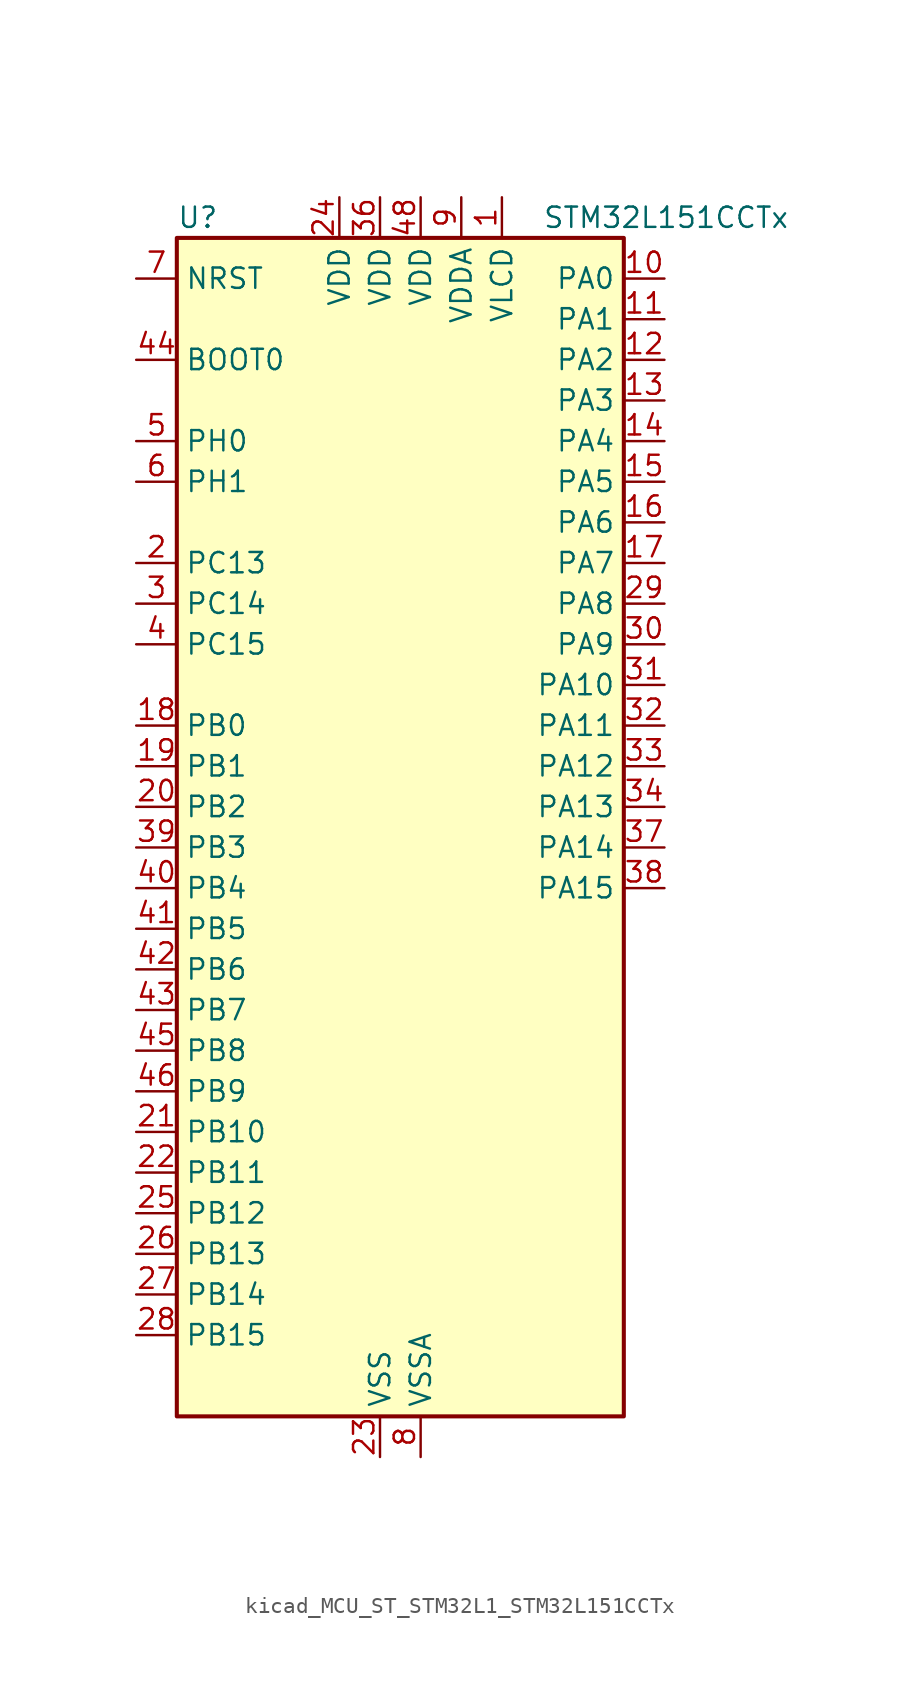
<source format=kicad_sym>
(kicad_symbol_lib
  (version 20220914)
  (generator kicad_symbol_editor)
  (symbol "kicad_MCU_ST_STM32L1_STM32L151CCTx"
    (property "Reference" "U"
      (at -12.7 39.37 0)
      (effects (font (size 1.27 1.27)) (justify left)))
    (property "Value" "STM32L151CCTx"
      (at 10.16 39.37 0)
      (effects (font (size 1.27 1.27)) (justify left)))
    (property "ki_locked" ""
      (at 0 0 0)
      (effects (font (size 1.27 1.27))))
    (symbol "kicad_MCU_ST_STM32L1_STM32L151CCTx_0_1"
      (rectangle (start -12.7 -35.56) (end 15.24 38.1) (stroke (width 0.254) (type default)) (fill (type background))))
    (symbol "kicad_MCU_ST_STM32L1_STM32L151CCTx_1_1"
      (pin power_in line (at 7.62 40.64 270) (length 2.54) (name "VLCD" (effects (font (size 1.27 1.27)))) (number "1" (effects (font (size 1.27 1.27)))))
      (pin bidirectional line (at 17.78 35.56 180) (length 2.54) (name "PA0" (effects (font (size 1.27 1.27)))) (number "10" (effects (font (size 1.27 1.27)))) (alternate "ADC_IN0" bidirectional line) (alternate "COMP1_INP" bidirectional line) (alternate "RTC_TAMP2" bidirectional line) (alternate "SYS_WKUP1" bidirectional line) (alternate "TIM2_CH1" bidirectional line) (alternate "TIM2_ETR" bidirectional line) (alternate "TIM5_CH1" bidirectional line) (alternate "TIMX_IC1" bidirectional line) (alternate "TS_G1_IO1" bidirectional line) (alternate "USART2_CTS" bidirectional line))
      (pin bidirectional line (at 17.78 33.02 180) (length 2.54) (name "PA1" (effects (font (size 1.27 1.27)))) (number "11" (effects (font (size 1.27 1.27)))) (alternate "ADC_IN1" bidirectional line) (alternate "COMP1_INP" bidirectional line) (alternate "OPAMP1_VINP" bidirectional line) (alternate "TIM2_CH2" bidirectional line) (alternate "TIM5_CH2" bidirectional line) (alternate "TIMX_IC2" bidirectional line) (alternate "TS_G1_IO2" bidirectional line) (alternate "USART2_RTS" bidirectional line))
      (pin bidirectional line (at 17.78 30.48 180) (length 2.54) (name "PA2" (effects (font (size 1.27 1.27)))) (number "12" (effects (font (size 1.27 1.27)))) (alternate "ADC_IN2" bidirectional line) (alternate "COMP1_INP" bidirectional line) (alternate "OPAMP1_VINM" bidirectional line) (alternate "TIM2_CH3" bidirectional line) (alternate "TIM5_CH3" bidirectional line) (alternate "TIM9_CH1" bidirectional line) (alternate "TIMX_IC3" bidirectional line) (alternate "TS_G1_IO3" bidirectional line) (alternate "USART2_TX" bidirectional line))
      (pin bidirectional line (at 17.78 27.94 180) (length 2.54) (name "PA3" (effects (font (size 1.27 1.27)))) (number "13" (effects (font (size 1.27 1.27)))) (alternate "ADC_IN3" bidirectional line) (alternate "COMP1_INP" bidirectional line) (alternate "OPAMP1_VOUT" bidirectional line) (alternate "TIM2_CH4" bidirectional line) (alternate "TIM5_CH4" bidirectional line) (alternate "TIM9_CH2" bidirectional line) (alternate "TIMX_IC4" bidirectional line) (alternate "TS_G1_IO4" bidirectional line) (alternate "USART2_RX" bidirectional line))
      (pin bidirectional line (at 17.78 25.4 180) (length 2.54) (name "PA4" (effects (font (size 1.27 1.27)))) (number "14" (effects (font (size 1.27 1.27)))) (alternate "ADC_IN4" bidirectional line) (alternate "COMP1_INP" bidirectional line) (alternate "DAC_OUT1" bidirectional line) (alternate "I2S3_WS" bidirectional line) (alternate "SPI1_NSS" bidirectional line) (alternate "SPI3_NSS" bidirectional line) (alternate "TIMX_IC1" bidirectional line) (alternate "USART2_CK" bidirectional line))
      (pin bidirectional line (at 17.78 22.86 180) (length 2.54) (name "PA5" (effects (font (size 1.27 1.27)))) (number "15" (effects (font (size 1.27 1.27)))) (alternate "ADC_IN5" bidirectional line) (alternate "COMP1_INP" bidirectional line) (alternate "DAC_OUT2" bidirectional line) (alternate "SPI1_SCK" bidirectional line) (alternate "TIM2_CH1" bidirectional line) (alternate "TIM2_ETR" bidirectional line) (alternate "TIMX_IC2" bidirectional line))
      (pin bidirectional line (at 17.78 20.32 180) (length 2.54) (name "PA6" (effects (font (size 1.27 1.27)))) (number "16" (effects (font (size 1.27 1.27)))) (alternate "ADC_IN6" bidirectional line) (alternate "COMP1_INP" bidirectional line) (alternate "OPAMP2_VINP" bidirectional line) (alternate "SPI1_MISO" bidirectional line) (alternate "TIM10_CH1" bidirectional line) (alternate "TIM3_CH1" bidirectional line) (alternate "TIMX_IC3" bidirectional line) (alternate "TS_G2_IO1" bidirectional line))
      (pin bidirectional line (at 17.78 17.78 180) (length 2.54) (name "PA7" (effects (font (size 1.27 1.27)))) (number "17" (effects (font (size 1.27 1.27)))) (alternate "ADC_IN7" bidirectional line) (alternate "COMP1_INP" bidirectional line) (alternate "OPAMP2_VINM" bidirectional line) (alternate "SPI1_MOSI" bidirectional line) (alternate "TIM11_CH1" bidirectional line) (alternate "TIM3_CH2" bidirectional line) (alternate "TIMX_IC4" bidirectional line) (alternate "TS_G2_IO2" bidirectional line))
      (pin bidirectional line (at -15.24 7.62 0) (length 2.54) (name "PB0" (effects (font (size 1.27 1.27)))) (number "18" (effects (font (size 1.27 1.27)))) (alternate "ADC_IN8" bidirectional line) (alternate "COMP1_INP" bidirectional line) (alternate "OPAMP2_VOUT" bidirectional line) (alternate "SYS_V_REF_OUT" bidirectional line) (alternate "TIM3_CH3" bidirectional line) (alternate "TS_G3_IO1" bidirectional line))
      (pin bidirectional line (at -15.24 5.08 0) (length 2.54) (name "PB1" (effects (font (size 1.27 1.27)))) (number "19" (effects (font (size 1.27 1.27)))) (alternate "ADC_IN9" bidirectional line) (alternate "COMP1_INP" bidirectional line) (alternate "SYS_V_REF_OUT" bidirectional line) (alternate "TIM3_CH4" bidirectional line) (alternate "TS_G3_IO2" bidirectional line))
      (pin bidirectional line (at -15.24 17.78 0) (length 2.54) (name "PC13" (effects (font (size 1.27 1.27)))) (number "2" (effects (font (size 1.27 1.27)))) (alternate "RTC_OUT_ALARM" bidirectional line) (alternate "RTC_OUT_CALIB" bidirectional line) (alternate "RTC_TAMP1" bidirectional line) (alternate "RTC_TS" bidirectional line) (alternate "SYS_WKUP2" bidirectional line) (alternate "TIMX_IC2" bidirectional line))
      (pin bidirectional line (at -15.24 2.54 0) (length 2.54) (name "PB2" (effects (font (size 1.27 1.27)))) (number "20" (effects (font (size 1.27 1.27)))) (alternate "TS_G3_IO3" bidirectional line))
      (pin bidirectional line (at -15.24 -17.78 0) (length 2.54) (name "PB10" (effects (font (size 1.27 1.27)))) (number "21" (effects (font (size 1.27 1.27)))) (alternate "I2C2_SCL" bidirectional line) (alternate "TIM2_CH3" bidirectional line) (alternate "USART3_TX" bidirectional line))
      (pin bidirectional line (at -15.24 -20.32 0) (length 2.54) (name "PB11" (effects (font (size 1.27 1.27)))) (number "22" (effects (font (size 1.27 1.27)))) (alternate "ADC_EXTI11" bidirectional line) (alternate "I2C2_SDA" bidirectional line) (alternate "TIM2_CH4" bidirectional line) (alternate "USART3_RX" bidirectional line))
      (pin power_in line (at 0 -38.1 90) (length 2.54) (name "VSS" (effects (font (size 1.27 1.27)))) (number "23" (effects (font (size 1.27 1.27)))))
      (pin power_in line (at -2.54 40.64 270) (length 2.54) (name "VDD" (effects (font (size 1.27 1.27)))) (number "24" (effects (font (size 1.27 1.27)))))
      (pin bidirectional line (at -15.24 -22.86 0) (length 2.54) (name "PB12" (effects (font (size 1.27 1.27)))) (number "25" (effects (font (size 1.27 1.27)))) (alternate "ADC_IN18" bidirectional line) (alternate "COMP1_INP" bidirectional line) (alternate "I2C2_SMBA" bidirectional line) (alternate "I2S2_WS" bidirectional line) (alternate "SPI2_NSS" bidirectional line) (alternate "TIM10_CH1" bidirectional line) (alternate "TS_G7_IO1" bidirectional line) (alternate "USART3_CK" bidirectional line))
      (pin bidirectional line (at -15.24 -25.4 0) (length 2.54) (name "PB13" (effects (font (size 1.27 1.27)))) (number "26" (effects (font (size 1.27 1.27)))) (alternate "ADC_IN19" bidirectional line) (alternate "COMP1_INP" bidirectional line) (alternate "I2S2_CK" bidirectional line) (alternate "SPI2_SCK" bidirectional line) (alternate "TIM9_CH1" bidirectional line) (alternate "TS_G7_IO2" bidirectional line) (alternate "USART3_CTS" bidirectional line))
      (pin bidirectional line (at -15.24 -27.94 0) (length 2.54) (name "PB14" (effects (font (size 1.27 1.27)))) (number "27" (effects (font (size 1.27 1.27)))) (alternate "ADC_IN20" bidirectional line) (alternate "COMP1_INP" bidirectional line) (alternate "SPI2_MISO" bidirectional line) (alternate "TIM9_CH2" bidirectional line) (alternate "TS_G7_IO3" bidirectional line) (alternate "USART3_RTS" bidirectional line))
      (pin bidirectional line (at -15.24 -30.48 0) (length 2.54) (name "PB15" (effects (font (size 1.27 1.27)))) (number "28" (effects (font (size 1.27 1.27)))) (alternate "ADC_EXTI15" bidirectional line) (alternate "ADC_IN21" bidirectional line) (alternate "COMP1_INP" bidirectional line) (alternate "I2S2_SD" bidirectional line) (alternate "RTC_REFIN" bidirectional line) (alternate "SPI2_MOSI" bidirectional line) (alternate "TIM11_CH1" bidirectional line) (alternate "TS_G7_IO4" bidirectional line))
      (pin bidirectional line (at 17.78 15.24 180) (length 2.54) (name "PA8" (effects (font (size 1.27 1.27)))) (number "29" (effects (font (size 1.27 1.27)))) (alternate "RCC_MCO" bidirectional line) (alternate "TIMX_IC1" bidirectional line) (alternate "TS_G4_IO1" bidirectional line) (alternate "USART1_CK" bidirectional line))
      (pin bidirectional line (at -15.24 15.24 0) (length 2.54) (name "PC14" (effects (font (size 1.27 1.27)))) (number "3" (effects (font (size 1.27 1.27)))) (alternate "RCC_OSC32_IN" bidirectional line) (alternate "TIMX_IC3" bidirectional line))
      (pin bidirectional line (at 17.78 12.7 180) (length 2.54) (name "PA9" (effects (font (size 1.27 1.27)))) (number "30" (effects (font (size 1.27 1.27)))) (alternate "DAC_EXTI9" bidirectional line) (alternate "TIMX_IC2" bidirectional line) (alternate "TS_G4_IO2" bidirectional line) (alternate "USART1_TX" bidirectional line))
      (pin bidirectional line (at 17.78 10.16 180) (length 2.54) (name "PA10" (effects (font (size 1.27 1.27)))) (number "31" (effects (font (size 1.27 1.27)))) (alternate "TIMX_IC3" bidirectional line) (alternate "TS_G4_IO3" bidirectional line) (alternate "USART1_RX" bidirectional line))
      (pin bidirectional line (at 17.78 7.62 180) (length 2.54) (name "PA11" (effects (font (size 1.27 1.27)))) (number "32" (effects (font (size 1.27 1.27)))) (alternate "ADC_EXTI11" bidirectional line) (alternate "SPI1_MISO" bidirectional line) (alternate "TIMX_IC4" bidirectional line) (alternate "USART1_CTS" bidirectional line) (alternate "USB_DM" bidirectional line))
      (pin bidirectional line (at 17.78 5.08 180) (length 2.54) (name "PA12" (effects (font (size 1.27 1.27)))) (number "33" (effects (font (size 1.27 1.27)))) (alternate "SPI1_MOSI" bidirectional line) (alternate "TIMX_IC1" bidirectional line) (alternate "USART1_RTS" bidirectional line) (alternate "USB_DP" bidirectional line))
      (pin bidirectional line (at 17.78 2.54 180) (length 2.54) (name "PA13" (effects (font (size 1.27 1.27)))) (number "34" (effects (font (size 1.27 1.27)))) (alternate "SYS_JTMS-SWDIO" bidirectional line) (alternate "TIMX_IC2" bidirectional line) (alternate "TS_G5_IO1" bidirectional line))
      (pin passive line (at 0 -38.1 90) (length 2.54) hide (name "VSS" (effects (font (size 1.27 1.27)))) (number "35" (effects (font (size 1.27 1.27)))))
      (pin power_in line (at 0 40.64 270) (length 2.54) (name "VDD" (effects (font (size 1.27 1.27)))) (number "36" (effects (font (size 1.27 1.27)))))
      (pin bidirectional line (at 17.78 0 180) (length 2.54) (name "PA14" (effects (font (size 1.27 1.27)))) (number "37" (effects (font (size 1.27 1.27)))) (alternate "SYS_JTCK-SWCLK" bidirectional line) (alternate "TIMX_IC3" bidirectional line) (alternate "TS_G5_IO2" bidirectional line))
      (pin bidirectional line (at 17.78 -2.54 180) (length 2.54) (name "PA15" (effects (font (size 1.27 1.27)))) (number "38" (effects (font (size 1.27 1.27)))) (alternate "ADC_EXTI15" bidirectional line) (alternate "I2S3_WS" bidirectional line) (alternate "SPI1_NSS" bidirectional line) (alternate "SPI3_NSS" bidirectional line) (alternate "SYS_JTDI" bidirectional line) (alternate "TIM2_CH1" bidirectional line) (alternate "TIM2_ETR" bidirectional line) (alternate "TIMX_IC4" bidirectional line) (alternate "TS_G5_IO3" bidirectional line))
      (pin bidirectional line (at -15.24 0 0) (length 2.54) (name "PB3" (effects (font (size 1.27 1.27)))) (number "39" (effects (font (size 1.27 1.27)))) (alternate "COMP2_INM" bidirectional line) (alternate "I2S3_CK" bidirectional line) (alternate "SPI1_SCK" bidirectional line) (alternate "SPI3_SCK" bidirectional line) (alternate "SYS_JTDO-TRACESWO" bidirectional line) (alternate "TIM2_CH2" bidirectional line))
      (pin bidirectional line (at -15.24 12.7 0) (length 2.54) (name "PC15" (effects (font (size 1.27 1.27)))) (number "4" (effects (font (size 1.27 1.27)))) (alternate "ADC_EXTI15" bidirectional line) (alternate "RCC_OSC32_OUT" bidirectional line) (alternate "TIMX_IC4" bidirectional line))
      (pin bidirectional line (at -15.24 -2.54 0) (length 2.54) (name "PB4" (effects (font (size 1.27 1.27)))) (number "40" (effects (font (size 1.27 1.27)))) (alternate "COMP2_INP" bidirectional line) (alternate "SPI1_MISO" bidirectional line) (alternate "SPI3_MISO" bidirectional line) (alternate "SYS_JTRST" bidirectional line) (alternate "TIM3_CH1" bidirectional line) (alternate "TS_G6_IO1" bidirectional line))
      (pin bidirectional line (at -15.24 -5.08 0) (length 2.54) (name "PB5" (effects (font (size 1.27 1.27)))) (number "41" (effects (font (size 1.27 1.27)))) (alternate "COMP2_INP" bidirectional line) (alternate "I2C1_SMBA" bidirectional line) (alternate "I2S3_SD" bidirectional line) (alternate "SPI1_MOSI" bidirectional line) (alternate "SPI3_MOSI" bidirectional line) (alternate "TIM3_CH2" bidirectional line) (alternate "TS_G6_IO2" bidirectional line))
      (pin bidirectional line (at -15.24 -7.62 0) (length 2.54) (name "PB6" (effects (font (size 1.27 1.27)))) (number "42" (effects (font (size 1.27 1.27)))) (alternate "COMP2_INP" bidirectional line) (alternate "I2C1_SCL" bidirectional line) (alternate "TIM4_CH1" bidirectional line) (alternate "TS_G6_IO3" bidirectional line) (alternate "USART1_TX" bidirectional line))
      (pin bidirectional line (at -15.24 -10.16 0) (length 2.54) (name "PB7" (effects (font (size 1.27 1.27)))) (number "43" (effects (font (size 1.27 1.27)))) (alternate "COMP2_INP" bidirectional line) (alternate "I2C1_SDA" bidirectional line) (alternate "SYS_PVD_IN" bidirectional line) (alternate "TIM4_CH2" bidirectional line) (alternate "TS_G6_IO4" bidirectional line) (alternate "USART1_RX" bidirectional line))
      (pin input line (at -15.24 30.48 0) (length 2.54) (name "BOOT0" (effects (font (size 1.27 1.27)))) (number "44" (effects (font (size 1.27 1.27)))))
      (pin bidirectional line (at -15.24 -12.7 0) (length 2.54) (name "PB8" (effects (font (size 1.27 1.27)))) (number "45" (effects (font (size 1.27 1.27)))) (alternate "I2C1_SCL" bidirectional line) (alternate "TIM10_CH1" bidirectional line) (alternate "TIM4_CH3" bidirectional line))
      (pin bidirectional line (at -15.24 -15.24 0) (length 2.54) (name "PB9" (effects (font (size 1.27 1.27)))) (number "46" (effects (font (size 1.27 1.27)))) (alternate "DAC_EXTI9" bidirectional line) (alternate "I2C1_SDA" bidirectional line) (alternate "TIM11_CH1" bidirectional line) (alternate "TIM4_CH4" bidirectional line))
      (pin passive line (at 0 -38.1 90) (length 2.54) hide (name "VSS" (effects (font (size 1.27 1.27)))) (number "47" (effects (font (size 1.27 1.27)))))
      (pin power_in line (at 2.54 40.64 270) (length 2.54) (name "VDD" (effects (font (size 1.27 1.27)))) (number "48" (effects (font (size 1.27 1.27)))))
      (pin bidirectional line (at -15.24 25.4 0) (length 2.54) (name "PH0" (effects (font (size 1.27 1.27)))) (number "5" (effects (font (size 1.27 1.27)))) (alternate "RCC_OSC_IN" bidirectional line))
      (pin bidirectional line (at -15.24 22.86 0) (length 2.54) (name "PH1" (effects (font (size 1.27 1.27)))) (number "6" (effects (font (size 1.27 1.27)))) (alternate "RCC_OSC_OUT" bidirectional line))
      (pin input line (at -15.24 35.56 0) (length 2.54) (name "NRST" (effects (font (size 1.27 1.27)))) (number "7" (effects (font (size 1.27 1.27)))))
      (pin power_in line (at 2.54 -38.1 90) (length 2.54) (name "VSSA" (effects (font (size 1.27 1.27)))) (number "8" (effects (font (size 1.27 1.27)))))
      (pin power_in line (at 5.08 40.64 270) (length 2.54) (name "VDDA" (effects (font (size 1.27 1.27)))) (number "9" (effects (font (size 1.27 1.27))))))))
</source>
